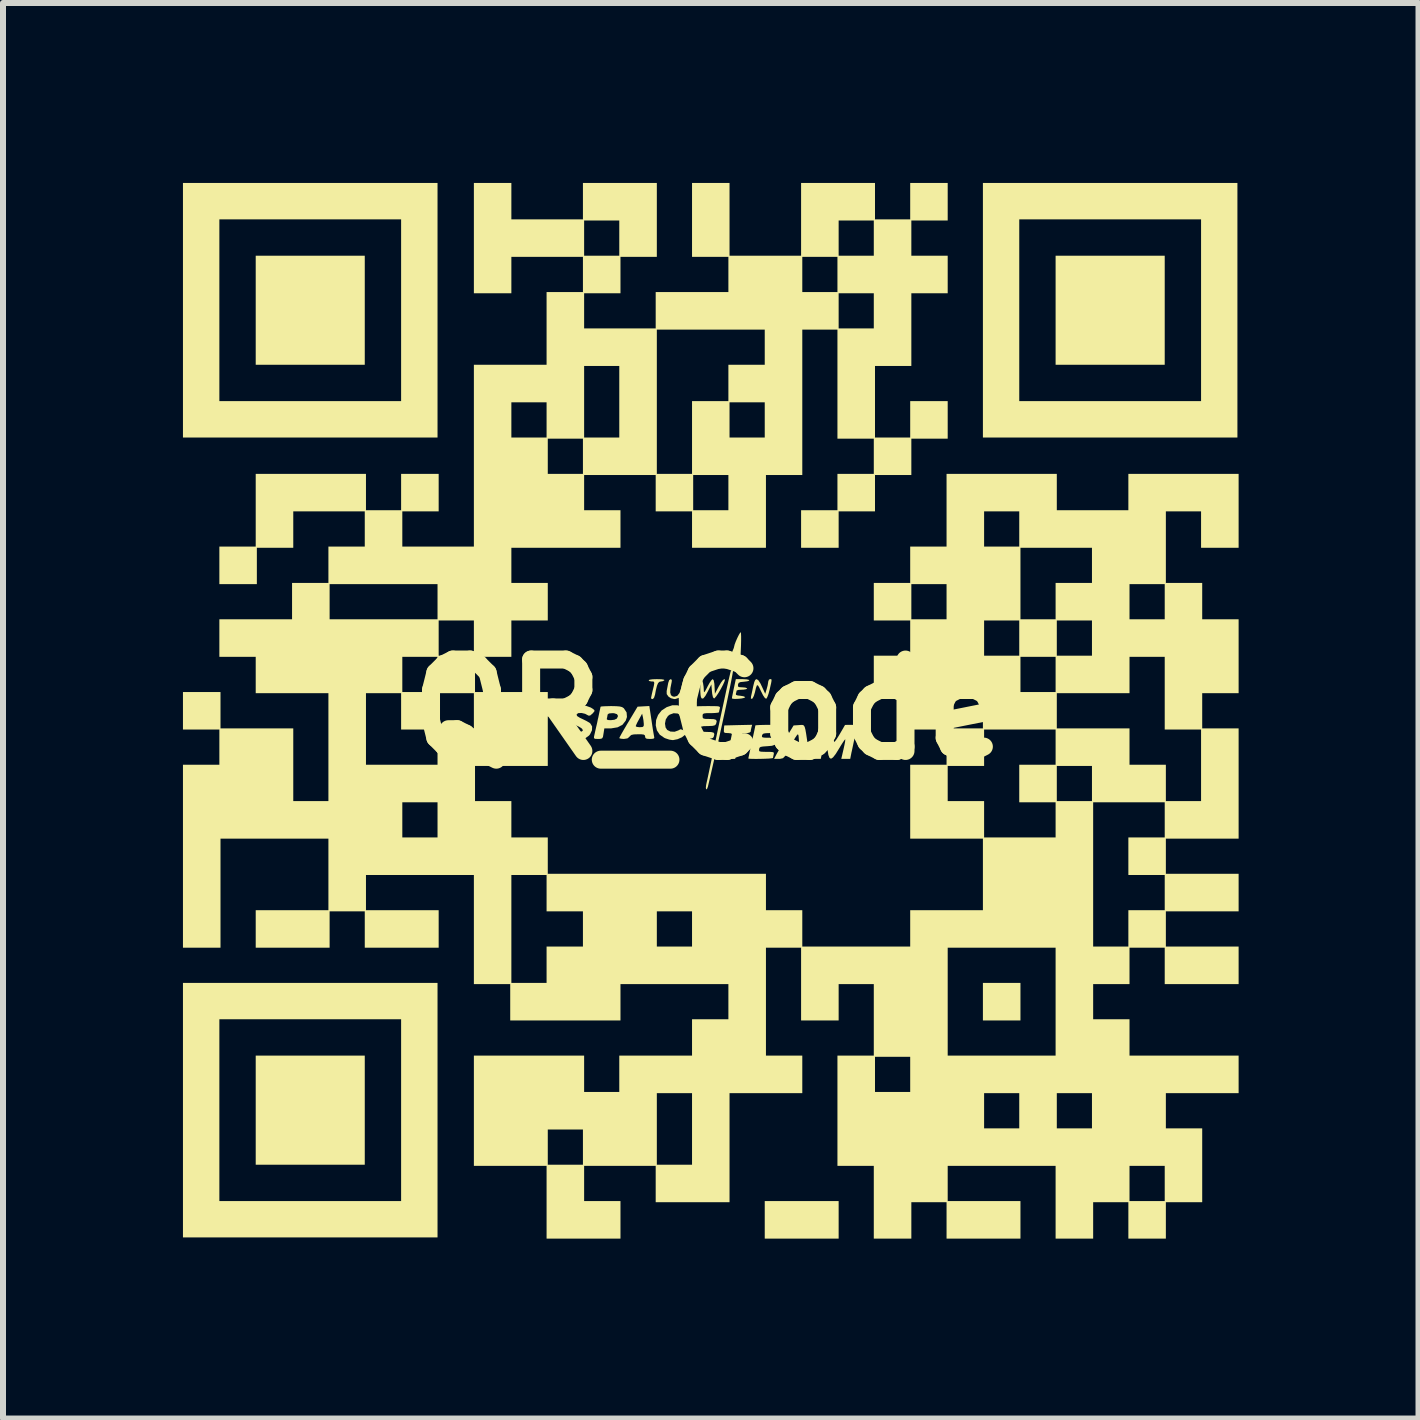
<source format=kicad_pcb>
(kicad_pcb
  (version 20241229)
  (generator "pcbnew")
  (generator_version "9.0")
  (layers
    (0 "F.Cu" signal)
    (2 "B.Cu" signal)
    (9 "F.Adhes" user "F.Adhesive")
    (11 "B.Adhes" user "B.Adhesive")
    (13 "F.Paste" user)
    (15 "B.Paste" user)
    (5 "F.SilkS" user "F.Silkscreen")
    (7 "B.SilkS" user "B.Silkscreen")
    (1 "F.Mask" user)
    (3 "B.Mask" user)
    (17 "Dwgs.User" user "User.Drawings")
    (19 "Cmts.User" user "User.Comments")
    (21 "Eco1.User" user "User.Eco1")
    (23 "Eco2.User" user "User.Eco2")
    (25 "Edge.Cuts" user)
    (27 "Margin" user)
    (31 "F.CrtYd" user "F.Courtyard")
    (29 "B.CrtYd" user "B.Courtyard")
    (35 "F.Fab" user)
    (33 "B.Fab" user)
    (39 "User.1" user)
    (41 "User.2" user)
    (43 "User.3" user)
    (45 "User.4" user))
  (footprint "QR_Code"
    (layer "F.Cu")
    (at 8.78 8.78)
    (property "Reference" "QR_Code" (at 0 0 0) (layer "F.SilkS") (effects (font (size 1.524 1.524) (thickness 0.3))))
    (attr board_only exclude_from_pos_files exclude_from_bom)
    (fp_poly (pts (xy -5.749 -5.749) (xy -7.567 -5.749) (xy -7.567 -7.567) (xy -5.749 -7.567)) (stroke (width 0) (type solid)) (fill yes) (layer "F.SilkS"))
    (fp_poly (pts (xy -5.749 7.587) (xy -7.567 7.587) (xy -7.567 5.768) (xy -5.749 5.768)) (stroke (width 0) (type solid)) (fill yes) (layer "F.SilkS"))
    (fp_poly (pts (xy 2.151 8.819) (xy 0.919 8.819) (xy 0.919 8.193) (xy 2.151 8.193)) (stroke (width 0) (type solid)) (fill yes) (layer "F.SilkS"))
    (fp_poly (pts (xy 5.182 5.182) (xy 4.556 5.182) (xy 4.556 4.556) (xy 5.182 4.556)) (stroke (width 0) (type solid)) (fill yes) (layer "F.SilkS"))
    (fp_poly (pts (xy 7.587 -5.749) (xy 5.768 -5.749) (xy 5.768 -7.567) (xy 7.587 -7.567)) (stroke (width 0) (type solid)) (fill yes) (layer "F.SilkS"))
    (fp_poly (pts (xy -4.536 -4.536) (xy -8.78 -4.536) (xy -8.78 -5.143) (xy -8.173 -5.143) (xy -5.143 -5.143) (xy -5.143 -8.173) (xy -8.173 -8.173) (xy -8.173 -5.143) (xy -8.78 -5.143) (xy -8.78 -8.78) (xy -4.536 -8.78)) (stroke (width 0) (type solid)) (fill yes) (layer "F.SilkS"))
    (fp_poly (pts (xy -4.536 8.799) (xy -8.78 8.799) (xy -8.78 8.193) (xy -8.173 8.193) (xy -5.143 8.193) (xy -5.143 5.162) (xy -8.173 5.162) (xy -8.173 8.193) (xy -8.78 8.193) (xy -8.78 4.556) (xy -4.536 4.556)) (stroke (width 0) (type solid)) (fill yes) (layer "F.SilkS"))
    (fp_poly (pts (xy 8.799 -4.536) (xy 4.556 -4.536) (xy 4.556 -5.143) (xy 5.162 -5.143) (xy 8.193 -5.143) (xy 8.193 -8.173) (xy 5.162 -8.173) (xy 5.162 -5.143) (xy 4.556 -5.143) (xy 4.556 -8.78) (xy 8.799 -8.78)) (stroke (width 0) (type solid)) (fill yes) (layer "F.SilkS"))
    (fp_poly (pts (xy -0.803 -0.506) (xy -0.761 -0.499) (xy -0.753 -0.489) (xy -0.78 -0.474) (xy -0.812 -0.469) (xy -0.839 -0.463) (xy -0.86 -0.441) (xy -0.878 -0.397) (xy -0.896 -0.325) (xy -0.91 -0.249) (xy -0.926 -0.199) (xy -0.947 -0.176) (xy -0.951 -0.176) (xy -0.975 -0.184) (xy -0.977 -0.191) (xy -0.972 -0.216) (xy -0.961 -0.268) (xy -0.948 -0.323) (xy -0.93 -0.396) (xy -0.923 -0.44) (xy -0.926 -0.462) (xy -0.941 -0.469) (xy -0.968 -0.469) (xy -1.005 -0.476) (xy -1.017 -0.489) (xy -0.999 -0.499) (xy -0.95 -0.506) (xy -0.88 -0.508) (xy -0.879 -0.508)) (stroke (width 0) (type solid)) (fill yes) (layer "F.SilkS"))
    (fp_poly (pts (xy -0.397 -0.494) (xy -0.398 -0.474) (xy -0.407 -0.436) (xy -0.421 -0.376) (xy -0.43 -0.337) (xy -0.461 -0.251) (xy -0.506 -0.198) (xy -0.571 -0.177) (xy -0.591 -0.176) (xy -0.645 -0.19) (xy -0.686 -0.217) (xy -0.715 -0.259) (xy -0.716 -0.31) (xy -0.714 -0.32) (xy -0.701 -0.387) (xy -0.69 -0.445) (xy -0.674 -0.491) (xy -0.65 -0.508) (xy -0.63 -0.496) (xy -0.632 -0.464) (xy -0.653 -0.359) (xy -0.657 -0.285) (xy -0.644 -0.24) (xy -0.612 -0.218) (xy -0.586 -0.215) (xy -0.539 -0.23) (xy -0.502 -0.277) (xy -0.475 -0.359) (xy -0.468 -0.392) (xy -0.448 -0.468) (xy -0.427 -0.505) (xy -0.417 -0.508)) (stroke (width 0) (type solid)) (fill yes) (layer "F.SilkS"))
    (fp_poly (pts (xy 0.523 -1.272) (xy 0.525 -1.223) (xy 0.525 -1.151) (xy 0.523 -1.064) (xy 0.519 -0.971) (xy 0.515 -0.879) (xy 0.51 -0.796) (xy 0.504 -0.73) (xy 0.498 -0.69) (xy 0.494 -0.682) (xy 0.472 -0.684) (xy 0.44 -0.714) (xy 0.438 -0.717) (xy 0.41 -0.751) (xy 0.387 -0.757) (xy 0.352 -0.738) (xy 0.346 -0.734) (xy 0.31 -0.712) (xy 0.296 -0.714) (xy 0.293 -0.742) (xy 0.293 -0.746) (xy 0.302 -0.788) (xy 0.324 -0.849) (xy 0.351 -0.91) (xy 0.381 -0.974) (xy 0.403 -1.027) (xy 0.41 -1.056) (xy 0.418 -1.088) (xy 0.437 -1.138) (xy 0.462 -1.195) (xy 0.488 -1.247) (xy 0.509 -1.282) (xy 0.518 -1.291)) (stroke (width 0) (type solid)) (fill yes) (layer "F.SilkS"))
    (fp_poly (pts (xy 0.697 0.298) (xy 0.687 0.343) (xy 0.685 0.366) (xy 0.667 0.382) (xy 0.621 0.393) (xy 0.602 0.395) (xy 0.569 0.397) (xy 0.545 0.402) (xy 0.527 0.415) (xy 0.513 0.442) (xy 0.499 0.49) (xy 0.482 0.564) (xy 0.459 0.67) (xy 0.426 0.821) (xy 0.36 0.821) (xy 0.313 0.816) (xy 0.295 0.797) (xy 0.294 0.787) (xy 0.298 0.753) (xy 0.31 0.692) (xy 0.326 0.616) (xy 0.332 0.587) (xy 0.35 0.51) (xy 0.363 0.449) (xy 0.37 0.412) (xy 0.371 0.406) (xy 0.354 0.396) (xy 0.312 0.391) (xy 0.302 0.391) (xy 0.256 0.388) (xy 0.238 0.374) (xy 0.238 0.335) (xy 0.238 0.328) (xy 0.244 0.264) (xy 0.477 0.258) (xy 0.709 0.253)) (stroke (width 0) (type solid)) (fill yes) (layer "F.SilkS"))
    (fp_poly (pts (xy 0.392 -0.672) (xy 0.391 -0.65) (xy 0.382 -0.594) (xy 0.366 -0.508) (xy 0.344 -0.396) (xy 0.316 -0.261) (xy 0.284 -0.107) (xy 0.248 0.061) (xy 0.209 0.24) (xy 0.168 0.426) (xy 0.126 0.614) (xy 0.083 0.802) (xy 0.041 0.985) (xy 0.001 1.159) (xy -0.029 1.286) (xy -0.044 1.324) (xy -0.057 1.329) (xy -0.063 1.304) (xy -0.058 1.257) (xy -0.058 1.256) (xy -0.051 1.222) (xy -0.036 1.155) (xy -0.015 1.057) (xy 0.011 0.933) (xy 0.042 0.788) (xy 0.076 0.626) (xy 0.113 0.45) (xy 0.146 0.293) (xy 0.185 0.111) (xy 0.222 -0.061) (xy 0.256 -0.218) (xy 0.286 -0.357) (xy 0.312 -0.473) (xy 0.333 -0.562) (xy 0.347 -0.621) (xy 0.354 -0.643) (xy 0.375 -0.674)) (stroke (width 0) (type solid)) (fill yes) (layer "F.SilkS"))
    (fp_poly (pts (xy 0.62 -0.504) (xy 0.657 -0.495) (xy 0.66 -0.483) (xy 0.627 -0.472) (xy 0.572 -0.465) (xy 0.514 -0.459) (xy 0.485 -0.446) (xy 0.474 -0.421) (xy 0.473 -0.416) (xy 0.473 -0.387) (xy 0.491 -0.375) (xy 0.537 -0.372) (xy 0.546 -0.372) (xy 0.596 -0.367) (xy 0.623 -0.357) (xy 0.626 -0.352) (xy 0.608 -0.34) (xy 0.564 -0.333) (xy 0.538 -0.332) (xy 0.485 -0.329) (xy 0.454 -0.32) (xy 0.45 -0.314) (xy 0.443 -0.281) (xy 0.438 -0.267) (xy 0.439 -0.247) (xy 0.467 -0.236) (xy 0.512 -0.231) (xy 0.562 -0.223) (xy 0.59 -0.211) (xy 0.592 -0.205) (xy 0.572 -0.194) (xy 0.529 -0.185) (xy 0.474 -0.18) (xy 0.42 -0.178) (xy 0.382 -0.182) (xy 0.372 -0.189) (xy 0.375 -0.214) (xy 0.386 -0.267) (xy 0.4 -0.338) (xy 0.404 -0.356) (xy 0.437 -0.508) (xy 0.551 -0.508)) (stroke (width 0) (type solid)) (fill yes) (layer "F.SilkS"))
    (fp_poly (pts (xy 1.023 -0.508) (xy 1.032 -0.501) (xy 1.032 -0.48) (xy 1.025 -0.439) (xy 1.009 -0.37) (xy 1.001 -0.334) (xy 0.982 -0.263) (xy 0.962 -0.209) (xy 0.945 -0.182) (xy 0.943 -0.181) (xy 0.922 -0.193) (xy 0.892 -0.237) (xy 0.857 -0.306) (xy 0.825 -0.373) (xy 0.804 -0.406) (xy 0.788 -0.403) (xy 0.773 -0.363) (xy 0.755 -0.287) (xy 0.755 -0.286) (xy 0.737 -0.228) (xy 0.717 -0.189) (xy 0.706 -0.18) (xy 0.688 -0.183) (xy 0.69 -0.215) (xy 0.69 -0.217) (xy 0.7 -0.261) (xy 0.714 -0.327) (xy 0.726 -0.386) (xy 0.744 -0.458) (xy 0.761 -0.496) (xy 0.783 -0.508) (xy 0.783 -0.508) (xy 0.812 -0.49) (xy 0.847 -0.436) (xy 0.871 -0.386) (xy 0.927 -0.264) (xy 0.951 -0.342) (xy 0.967 -0.403) (xy 0.976 -0.456) (xy 0.976 -0.464) (xy 0.989 -0.5) (xy 1.007 -0.508)) (stroke (width 0) (type solid)) (fill yes) (layer "F.SilkS"))
    (fp_poly (pts (xy -0.451 -0.047) (xy -0.397 -0.017) (xy -0.352 0.022) (xy -0.325 0.062) (xy -0.322 0.093) (xy -0.326 0.098) (xy -0.377 0.126) (xy -0.434 0.125) (xy -0.478 0.099) (xy -0.533 0.065) (xy -0.6 0.06) (xy -0.666 0.084) (xy -0.695 0.107) (xy -0.731 0.164) (xy -0.744 0.233) (xy -0.734 0.298) (xy -0.707 0.339) (xy -0.652 0.366) (xy -0.584 0.369) (xy -0.522 0.347) (xy -0.517 0.344) (xy -0.484 0.327) (xy -0.454 0.336) (xy -0.43 0.352) (xy -0.399 0.38) (xy -0.398 0.402) (xy -0.412 0.422) (xy -0.463 0.462) (xy -0.534 0.493) (xy -0.608 0.508) (xy -0.62 0.508) (xy -0.672 0.5) (xy -0.736 0.479) (xy -0.756 0.47) (xy -0.831 0.418) (xy -0.879 0.346) (xy -0.898 0.262) (xy -0.892 0.174) (xy -0.859 0.089) (xy -0.801 0.015) (xy -0.717 -0.04) (xy -0.716 -0.041) (xy -0.623 -0.072) (xy -0.536 -0.072)) (stroke (width 0) (type solid)) (fill yes) (layer "F.SilkS"))
    (fp_poly (pts (xy 0.256 -0.499) (xy 0.248 -0.469) (xy 0.223 -0.413) (xy 0.188 -0.347) (xy 0.147 -0.277) (xy 0.11 -0.222) (xy 0.083 -0.191) (xy 0.074 -0.186) (xy 0.056 -0.205) (xy 0.043 -0.263) (xy 0.039 -0.303) (xy 0.029 -0.42) (xy -0.029 -0.304) (xy -0.071 -0.228) (xy -0.104 -0.188) (xy -0.128 -0.183) (xy -0.144 -0.206) (xy -0.151 -0.243) (xy -0.155 -0.301) (xy -0.156 -0.367) (xy -0.154 -0.431) (xy -0.149 -0.482) (xy -0.142 -0.507) (xy -0.139 -0.508) (xy -0.124 -0.491) (xy -0.11 -0.444) (xy -0.1 -0.38) (xy -0.097 -0.325) (xy -0.095 -0.296) (xy -0.088 -0.291) (xy -0.072 -0.313) (xy -0.044 -0.365) (xy -0.034 -0.386) (xy 0.000092 -0.447) (xy 0.031 -0.491) (xy 0.051 -0.508) (xy 0.052 -0.508) (xy 0.068 -0.489) (xy 0.079 -0.432) (xy 0.082 -0.386) (xy 0.088 -0.264) (xy 0.152 -0.386) (xy 0.189 -0.449) (xy 0.222 -0.493) (xy 0.246 -0.508)) (stroke (width 0) (type solid)) (fill yes) (layer "F.SilkS"))
    (fp_poly (pts (xy -0.97 0.17) (xy -0.956 0.265) (xy -0.943 0.349) (xy -0.932 0.412) (xy -0.926 0.445) (xy -0.922 0.473) (xy -0.938 0.485) (xy -0.981 0.489) (xy -0.995 0.489) (xy -1.047 0.486) (xy -1.07 0.473) (xy -1.075 0.45) (xy -1.08 0.428) (xy -1.099 0.416) (xy -1.141 0.411) (xy -1.193 0.411) (xy -1.262 0.413) (xy -1.304 0.422) (xy -1.329 0.442) (xy -1.334 0.45) (xy -1.37 0.48) (xy -1.43 0.489) (xy -1.432 0.489) (xy -1.479 0.485) (xy -1.504 0.477) (xy -1.506 0.474) (xy -1.496 0.453) (xy -1.47 0.405) (xy -1.43 0.335) (xy -1.395 0.276) (xy -1.232 0.276) (xy -1.215 0.288) (xy -1.172 0.293) (xy -1.163 0.293) (xy -1.118 0.29) (xy -1.099 0.274) (xy -1.097 0.24) (xy -1.103 0.178) (xy -1.112 0.127) (xy -1.125 0.068) (xy -1.178 0.164) (xy -1.208 0.219) (xy -1.227 0.261) (xy -1.232 0.276) (xy -1.395 0.276) (xy -1.381 0.251) (xy -1.353 0.205) (xy -1.201 -0.049) (xy -1.005 -0.06)) (stroke (width 0) (type solid)) (fill yes) (layer "F.SilkS"))
    (fp_poly (pts (xy -1.555 -0.057) (xy -1.497 -0.052) (xy -1.459 -0.042) (xy -1.433 -0.025) (xy -1.428 -0.02) (xy -1.384 0.047) (xy -1.378 0.123) (xy -1.398 0.183) (xy -1.452 0.252) (xy -1.534 0.295) (xy -1.642 0.313) (xy -1.658 0.313) (xy -1.755 0.313) (xy -1.769 0.401) (xy -1.778 0.455) (xy -1.793 0.48) (xy -1.824 0.488) (xy -1.859 0.489) (xy -1.908 0.487) (xy -1.928 0.476) (xy -1.927 0.45) (xy -1.926 0.445) (xy -1.912 0.382) (xy -1.894 0.302) (xy -1.874 0.215) (xy -1.864 0.165) (xy -1.713 0.165) (xy -1.689 0.174) (xy -1.647 0.176) (xy -1.587 0.169) (xy -1.548 0.15) (xy -1.545 0.147) (xy -1.527 0.106) (xy -1.544 0.076) (xy -1.593 0.06) (xy -1.622 0.059) (xy -1.678 0.064) (xy -1.7 0.081) (xy -1.701 0.086) (xy -1.708 0.129) (xy -1.713 0.145) (xy -1.713 0.165) (xy -1.864 0.165) (xy -1.855 0.128) (xy -1.839 0.05) (xy -1.826 -0.01) (xy -1.819 -0.044) (xy -1.818 -0.048) (xy -1.8 -0.053) (xy -1.752 -0.056) (xy -1.682 -0.058) (xy -1.642 -0.059)) (stroke (width 0) (type solid)) (fill yes) (layer "F.SilkS"))
    (fp_poly (pts (xy -2.068 -0.066) (xy -1.982 -0.035) (xy -1.945 -0.012) (xy -1.921 0.009) (xy -1.92 0.027) (xy -1.945 0.058) (xy -1.954 0.067) (xy -1.992 0.099) (xy -2.02 0.1) (xy -2.025 0.097) (xy -2.075 0.07) (xy -2.134 0.056) (xy -2.186 0.058) (xy -2.197 0.062) (xy -2.219 0.084) (xy -2.208 0.108) (xy -2.162 0.137) (xy -2.115 0.159) (xy -2.054 0.189) (xy -2.004 0.218) (xy -1.99 0.229) (xy -1.959 0.28) (xy -1.961 0.344) (xy -1.993 0.411) (xy -2.01 0.432) (xy -2.08 0.483) (xy -2.169 0.505) (xy -2.267 0.497) (xy -2.339 0.472) (xy -2.404 0.437) (xy -2.433 0.406) (xy -2.431 0.375) (xy -2.408 0.346) (xy -2.377 0.319) (xy -2.351 0.316) (xy -2.312 0.336) (xy -2.309 0.338) (xy -2.249 0.362) (xy -2.182 0.372) (xy -2.182 0.372) (xy -2.129 0.364) (xy -2.112 0.345) (xy -2.128 0.317) (xy -2.177 0.285) (xy -2.205 0.272) (xy -2.286 0.232) (xy -2.336 0.193) (xy -2.361 0.149) (xy -2.366 0.104) (xy -2.349 0.034) (xy -2.303 -0.02) (xy -2.236 -0.056) (xy -2.155 -0.072)) (stroke (width 0) (type solid)) (fill yes) (layer "F.SilkS"))
    (fp_poly (pts (xy 1.552 0.256) (xy 1.571 0.265) (xy 1.585 0.289) (xy 1.597 0.333) (xy 1.609 0.402) (xy 1.624 0.502) (xy 1.632 0.552) (xy 1.649 0.659) (xy 1.658 0.733) (xy 1.66 0.78) (xy 1.654 0.806) (xy 1.638 0.818) (xy 1.612 0.821) (xy 1.596 0.821) (xy 1.546 0.814) (xy 1.522 0.79) (xy 1.52 0.782) (xy 1.508 0.76) (xy 1.484 0.748) (xy 1.435 0.744) (xy 1.391 0.743) (xy 1.322 0.745) (xy 1.281 0.754) (xy 1.258 0.772) (xy 1.251 0.782) (xy 1.223 0.81) (xy 1.173 0.821) (xy 1.153 0.821) (xy 1.075 0.821) (xy 1.113 0.748) (xy 1.139 0.702) (xy 1.179 0.632) (xy 1.194 0.606) (xy 1.349 0.606) (xy 1.43 0.606) (xy 1.48 0.603) (xy 1.5 0.593) (xy 1.498 0.575) (xy 1.49 0.535) (xy 1.486 0.479) (xy 1.486 0.477) (xy 1.482 0.433) (xy 1.473 0.411) (xy 1.471 0.411) (xy 1.455 0.427) (xy 1.427 0.468) (xy 1.403 0.509) (xy 1.349 0.606) (xy 1.194 0.606) (xy 1.228 0.549) (xy 1.276 0.469) (xy 1.4 0.264) (xy 1.49 0.258) (xy 1.526 0.255)) (stroke (width 0) (type solid)) (fill yes) (layer "F.SilkS"))
    (fp_poly (pts (xy 2.418 0.256) (xy 2.456 0.26) (xy 2.464 0.263) (xy 2.46 0.285) (xy 2.449 0.336) (xy 2.433 0.406) (xy 2.426 0.434) (xy 2.405 0.528) (xy 2.385 0.623) (xy 2.368 0.702) (xy 2.366 0.709) (xy 2.344 0.821) (xy 2.195 0.821) (xy 2.232 0.662) (xy 2.248 0.588) (xy 2.259 0.531) (xy 2.262 0.498) (xy 2.261 0.495) (xy 2.249 0.507) (xy 2.222 0.546) (xy 2.184 0.606) (xy 2.16 0.646) (xy 2.102 0.74) (xy 2.057 0.797) (xy 2.024 0.819) (xy 1.999 0.805) (xy 1.98 0.756) (xy 1.966 0.671) (xy 1.964 0.656) (xy 1.953 0.572) (xy 1.941 0.526) (xy 1.928 0.519) (xy 1.913 0.552) (xy 1.894 0.623) (xy 1.888 0.654) (xy 1.853 0.821) (xy 1.706 0.821) (xy 1.753 0.601) (xy 1.779 0.48) (xy 1.799 0.392) (xy 1.814 0.331) (xy 1.829 0.294) (xy 1.845 0.273) (xy 1.865 0.265) (xy 1.892 0.263) (xy 1.927 0.264) (xy 2.024 0.264) (xy 2.046 0.397) (xy 2.058 0.464) (xy 2.069 0.516) (xy 2.077 0.539) (xy 2.077 0.539) (xy 2.091 0.528) (xy 2.119 0.49) (xy 2.155 0.432) (xy 2.173 0.402) (xy 2.258 0.255) (xy 2.361 0.254)) (stroke (width 0) (type solid)) (fill yes) (layer "F.SilkS"))
    (fp_poly (pts (xy 1.067 0.255) (xy 1.131 0.261) (xy 1.166 0.273) (xy 1.176 0.294) (xy 1.166 0.327) (xy 1.153 0.353) (xy 1.135 0.375) (xy 1.102 0.386) (xy 1.046 0.391) (xy 1.009 0.391) (xy 0.94 0.393) (xy 0.9 0.399) (xy 0.881 0.414) (xy 0.874 0.43) (xy 0.872 0.451) (xy 0.884 0.463) (xy 0.919 0.468) (xy 0.985 0.469) (xy 0.989 0.469) (xy 1.057 0.47) (xy 1.095 0.476) (xy 1.111 0.488) (xy 1.114 0.511) (xy 1.114 0.513) (xy 1.108 0.559) (xy 1.086 0.587) (xy 1.039 0.603) (xy 0.962 0.61) (xy 0.958 0.61) (xy 0.889 0.615) (xy 0.85 0.622) (xy 0.831 0.637) (xy 0.825 0.66) (xy 0.824 0.683) (xy 0.835 0.697) (xy 0.867 0.702) (xy 0.928 0.704) (xy 0.949 0.704) (xy 1.019 0.705) (xy 1.057 0.709) (xy 1.071 0.719) (xy 1.07 0.739) (xy 1.068 0.748) (xy 1.059 0.789) (xy 1.056 0.807) (xy 1.038 0.811) (xy 0.991 0.816) (xy 0.924 0.819) (xy 0.848 0.821) (xy 0.773 0.822) (xy 0.707 0.821) (xy 0.661 0.819) (xy 0.645 0.815) (xy 0.649 0.795) (xy 0.66 0.744) (xy 0.676 0.668) (xy 0.696 0.576) (xy 0.704 0.541) (xy 0.725 0.444) (xy 0.743 0.361) (xy 0.756 0.299) (xy 0.762 0.267) (xy 0.763 0.263) (xy 0.781 0.26) (xy 0.83 0.257) (xy 0.902 0.255) (xy 0.968 0.254)) (stroke (width 0) (type solid)) (fill yes) (layer "F.SilkS"))
    (fp_poly (pts (xy 0.065 -0.058) (xy 0.124 -0.057) (xy 0.157 -0.052) (xy 0.171 -0.042) (xy 0.172 -0.027) (xy 0.169 -0.015) (xy 0.159 0.026) (xy 0.157 0.044) (xy 0.139 0.051) (xy 0.091 0.056) (xy 0.025 0.059) (xy 0.02 0.059) (xy -0.052 0.059) (xy -0.093 0.064) (xy -0.112 0.074) (xy -0.117 0.095) (xy -0.117 0.108) (xy -0.115 0.135) (xy -0.101 0.149) (xy -0.067 0.155) (xy -0.004 0.156) (xy 0 0.156) (xy 0.071 0.159) (xy 0.108 0.171) (xy 0.118 0.196) (xy 0.107 0.239) (xy 0.105 0.243) (xy 0.088 0.261) (xy 0.049 0.271) (xy -0.02 0.274) (xy -0.029 0.274) (xy -0.102 0.276) (xy -0.144 0.285) (xy -0.163 0.302) (xy -0.164 0.305) (xy -0.173 0.339) (xy -0.164 0.359) (xy -0.13 0.369) (xy -0.065 0.371) (xy -0.049 0.372) (xy 0.025 0.374) (xy 0.066 0.384) (xy 0.079 0.406) (xy 0.071 0.445) (xy 0.066 0.458) (xy 0.054 0.472) (xy 0.027 0.481) (xy -0.023 0.487) (xy -0.101 0.489) (xy -0.149 0.489) (xy -0.24 0.489) (xy -0.298 0.487) (xy -0.331 0.482) (xy -0.344 0.472) (xy -0.345 0.456) (xy -0.342 0.445) (xy -0.332 0.401) (xy -0.317 0.334) (xy -0.3 0.253) (xy -0.281 0.168) (xy -0.263 0.086) (xy -0.248 0.016) (xy -0.238 -0.033) (xy -0.235 -0.052) (xy -0.216 -0.055) (xy -0.167 -0.057) (xy -0.095 -0.058) (xy -0.027 -0.059)) (stroke (width 0) (type solid)) (fill yes) (layer "F.SilkS"))
    (fp_poly (pts (xy -3.305 -8.173) (xy -2.112 -8.173) (xy -2.112 -8.78) (xy -0.88 -8.78) (xy -0.88 -7.548) (xy -1.486 -7.548) (xy -1.486 -6.941) (xy -2.092 -6.941) (xy -2.092 -6.355) (xy -0.899 -6.355) (xy 2.151 -6.355) (xy 2.737 -6.355) (xy 2.737 -6.941) (xy 2.151 -6.941) (xy 2.151 -6.355) (xy -0.899 -6.355) (xy -0.899 -6.961) (xy 0.313 -6.961) (xy 1.545 -6.961) (xy 2.131 -6.961) (xy 2.131 -7.548) (xy 1.545 -7.548) (xy 1.545 -6.961) (xy 0.313 -6.961) (xy 0.313 -7.548) (xy -0.293 -7.548) (xy -0.293 -8.78) (xy 0.332 -8.78) (xy 0.332 -7.567) (xy 1.525 -7.567) (xy 2.151 -7.567) (xy 2.737 -7.567) (xy 2.737 -8.154) (xy 2.151 -8.154) (xy 2.151 -7.567) (xy 1.525 -7.567) (xy 1.525 -8.78) (xy 2.757 -8.78) (xy 2.757 -8.173) (xy 3.344 -8.173) (xy 3.344 -8.78) (xy 3.969 -8.78) (xy 3.969 -8.154) (xy 3.363 -8.154) (xy 3.363 -7.567) (xy 3.969 -7.567) (xy 3.969 -6.941) (xy 3.363 -6.941) (xy 3.363 -5.729) (xy 2.757 -5.729) (xy 2.757 -4.536) (xy 3.344 -4.536) (xy 3.344 -5.143) (xy 3.969 -5.143) (xy 3.969 -4.517) (xy 3.363 -4.517) (xy 3.363 -3.911) (xy 2.757 -3.911) (xy 2.757 -3.305) (xy 2.151 -3.305) (xy 2.151 -2.698) (xy 1.525 -2.698) (xy 1.525 -3.324) (xy 2.131 -3.324) (xy 2.131 -3.93) (xy 2.737 -3.93) (xy 2.737 -4.517) (xy 2.131 -4.517) (xy 2.131 -6.335) (xy 1.545 -6.335) (xy 1.545 -3.911) (xy 0.939 -3.911) (xy 0.939 -2.698) (xy -0.293 -2.698) (xy -0.293 -3.305) (xy -0.899 -3.305) (xy -0.899 -3.324) (xy -0.274 -3.324) (xy 0.313 -3.324) (xy 0.313 -3.911) (xy -0.274 -3.911) (xy -0.274 -3.324) (xy -0.899 -3.324) (xy -0.899 -3.911) (xy -2.092 -3.911) (xy -2.092 -3.324) (xy -1.486 -3.324) (xy -1.486 -2.698) (xy -3.305 -2.698) (xy -3.305 -2.112) (xy -2.698 -2.112) (xy -2.698 -1.486) (xy -3.305 -1.486) (xy -3.305 -0.88) (xy -3.911 -0.88) (xy -3.911 -0.293) (xy -2.698 -0.293) (xy -2.698 0.939) (xy -3.911 0.939) (xy -3.911 1.525) (xy -3.305 1.525) (xy -3.305 2.131) (xy -2.698 2.131) (xy -2.698 2.737) (xy 0.939 2.737) (xy 0.939 3.344) (xy 1.545 3.344) (xy 1.545 3.95) (xy 3.344 3.95) (xy 6.394 3.95) (xy 6.981 3.95) (xy 6.981 3.344) (xy 7.587 3.344) (xy 7.587 2.757) (xy 6.981 2.757) (xy 6.981 2.131) (xy 7.587 2.131) (xy 7.587 1.545) (xy 6.394 1.545) (xy 6.394 3.95) (xy 3.344 3.95) (xy 3.344 3.344) (xy 4.556 3.344) (xy 4.556 2.151) (xy 3.344 2.151) (xy 3.344 1.525) (xy 3.969 1.525) (xy 4.576 1.525) (xy 4.576 2.131) (xy 5.768 2.131) (xy 5.768 1.545) (xy 5.162 1.545) (xy 5.162 1.525) (xy 5.788 1.525) (xy 6.374 1.525) (xy 6.374 0.939) (xy 5.788 0.939) (xy 5.788 1.525) (xy 5.162 1.525) (xy 5.162 0.919) (xy 5.768 0.919) (xy 5.768 0.332) (xy 4.576 0.332) (xy 4.576 0.939) (xy 3.969 0.939) (xy 3.969 1.525) (xy 3.344 1.525) (xy 3.344 0.919) (xy 3.95 0.919) (xy 3.95 0.332) (xy 3.344 0.332) (xy 3.344 0.313) (xy 3.969 0.313) (xy 4.556 0.313) (xy 5.788 0.313) (xy 7 0.313) (xy 7 0.919) (xy 7.606 0.919) (xy 7.606 1.525) (xy 8.193 1.525) (xy 8.193 0.332) (xy 7.587 0.332) (xy 7.587 -0.88) (xy 7 -0.88) (xy 7 -0.274) (xy 5.788 -0.274) (xy 5.788 0.313) (xy 4.556 0.313) (xy 4.556 -0.274) (xy 3.969 -0.274) (xy 3.969 0.313) (xy 3.344 0.313) (xy 3.344 -0.274) (xy 2.737 -0.274) (xy 2.737 -0.293) (xy 5.182 -0.293) (xy 5.768 -0.293) (xy 5.768 -0.88) (xy 5.182 -0.88) (xy 5.182 -0.293) (xy 2.737 -0.293) (xy 2.737 -0.899) (xy 3.344 -0.899) (xy 4.576 -0.899) (xy 5.162 -0.899) (xy 5.788 -0.899) (xy 6.374 -0.899) (xy 6.374 -1.486) (xy 5.788 -1.486) (xy 5.788 -0.899) (xy 5.162 -0.899) (xy 5.162 -1.486) (xy 4.576 -1.486) (xy 4.576 -0.899) (xy 3.344 -0.899) (xy 3.344 -1.486) (xy 2.737 -1.486) (xy 2.737 -1.506) (xy 3.363 -1.506) (xy 3.95 -1.506) (xy 5.182 -1.506) (xy 5.768 -1.506) (xy 7 -1.506) (xy 7.587 -1.506) (xy 7.587 -2.092) (xy 7 -2.092) (xy 7 -1.506) (xy 5.768 -1.506) (xy 5.768 -2.112) (xy 6.374 -2.112) (xy 6.374 -2.698) (xy 5.182 -2.698) (xy 5.182 -1.506) (xy 3.95 -1.506) (xy 3.95 -2.092) (xy 3.363 -2.092) (xy 3.363 -1.506) (xy 2.737 -1.506) (xy 2.737 -2.112) (xy 3.344 -2.112) (xy 3.344 -2.718) (xy 3.95 -2.718) (xy 4.576 -2.718) (xy 5.162 -2.718) (xy 5.162 -3.305) (xy 4.576 -3.305) (xy 4.576 -2.718) (xy 3.95 -2.718) (xy 3.95 -3.93) (xy 5.788 -3.93) (xy 5.788 -3.324) (xy 6.981 -3.324) (xy 6.981 -3.93) (xy 8.819 -3.93) (xy 8.819 -2.698) (xy 8.193 -2.698) (xy 8.193 -3.305) (xy 7.606 -3.305) (xy 7.606 -2.112) (xy 8.212 -2.112) (xy 8.212 -1.506) (xy 8.819 -1.506) (xy 8.819 -0.274) (xy 8.212 -0.274) (xy 8.212 0.313) (xy 8.819 0.313) (xy 8.819 2.151) (xy 7.606 2.151) (xy 7.606 2.737) (xy 8.819 2.737) (xy 8.819 3.363) (xy 7.606 3.363) (xy 7.606 3.95) (xy 8.819 3.95) (xy 8.819 4.576) (xy 7.587 4.576) (xy 7.587 3.969) (xy 7 3.969) (xy 7 4.576) (xy 6.394 4.576) (xy 6.394 5.162) (xy 7 5.162) (xy 7 5.768) (xy 8.819 5.768) (xy 8.819 6.394) (xy 7.606 6.394) (xy 7.606 6.981) (xy 8.212 6.981) (xy 8.212 8.212) (xy 7.606 8.212) (xy 7.606 8.819) (xy 6.981 8.819) (xy 6.981 8.212) (xy 6.394 8.212) (xy 6.394 8.819) (xy 5.768 8.819) (xy 5.768 8.193) (xy 7 8.193) (xy 7.587 8.193) (xy 7.587 7.606) (xy 7 7.606) (xy 7 8.193) (xy 5.768 8.193) (xy 5.768 7.606) (xy 3.969 7.606) (xy 3.969 8.193) (xy 5.182 8.193) (xy 5.182 8.819) (xy 3.95 8.819) (xy 3.95 8.212) (xy 3.363 8.212) (xy 3.363 8.819) (xy 2.737 8.819) (xy 2.737 7.606) (xy 2.131 7.606) (xy 2.131 6.981) (xy 4.576 6.981) (xy 5.162 6.981) (xy 5.788 6.981) (xy 6.374 6.981) (xy 6.374 6.394) (xy 5.788 6.394) (xy 5.788 6.981) (xy 5.162 6.981) (xy 5.162 6.394) (xy 4.576 6.394) (xy 4.576 6.981) (xy 2.131 6.981) (xy 2.131 6.374) (xy 2.757 6.374) (xy 3.344 6.374) (xy 3.344 5.788) (xy 2.757 5.788) (xy 2.757 6.374) (xy 2.131 6.374) (xy 2.131 5.768) (xy 2.737 5.768) (xy 3.969 5.768) (xy 5.768 5.768) (xy 5.768 3.969) (xy 3.969 3.969) (xy 3.969 5.768) (xy 2.737 5.768) (xy 2.737 4.576) (xy 2.151 4.576) (xy 2.151 5.182) (xy 1.525 5.182) (xy 1.525 3.969) (xy 0.939 3.969) (xy 0.939 5.768) (xy 1.545 5.768) (xy 1.545 6.394) (xy 0.332 6.394) (xy 0.332 8.212) (xy -0.899 8.212) (xy -0.899 7.606) (xy -2.092 7.606) (xy -2.092 8.193) (xy -1.486 8.193) (xy -1.486 8.819) (xy -2.718 8.819) (xy -2.718 7.606) (xy -3.93 7.606) (xy -3.93 7.587) (xy -2.698 7.587) (xy -2.112 7.587) (xy -0.88 7.587) (xy -0.293 7.587) (xy -0.293 6.394) (xy -0.88 6.394) (xy -0.88 7.587) (xy -2.112 7.587) (xy -2.112 7) (xy -2.698 7) (xy -2.698 7.587) (xy -3.93 7.587) (xy -3.93 5.768) (xy -2.092 5.768) (xy -2.092 6.374) (xy -1.506 6.374) (xy -1.506 5.768) (xy -0.293 5.768) (xy -0.293 5.162) (xy 0.313 5.162) (xy 0.313 4.576) (xy -1.486 4.576) (xy -1.486 5.182) (xy -3.324 5.182) (xy -3.324 4.576) (xy -3.93 4.576) (xy -3.93 4.556) (xy -3.305 4.556) (xy -2.718 4.556) (xy -2.718 3.95) (xy -2.112 3.95) (xy -0.88 3.95) (xy -0.293 3.95) (xy -0.293 3.363) (xy -0.88 3.363) (xy -0.88 3.95) (xy -2.112 3.95) (xy -2.112 3.363) (xy -2.718 3.363) (xy -2.718 2.757) (xy -3.305 2.757) (xy -3.305 4.556) (xy -3.93 4.556) (xy -3.93 2.757) (xy -5.729 2.757) (xy -5.729 3.344) (xy -4.517 3.344) (xy -4.517 3.969) (xy -5.749 3.969) (xy -5.749 3.363) (xy -6.335 3.363) (xy -6.335 3.969) (xy -7.567 3.969) (xy -7.567 3.344) (xy -6.355 3.344) (xy -6.355 2.151) (xy -8.154 2.151) (xy -8.154 3.969) (xy -8.78 3.969) (xy -8.78 2.131) (xy -5.123 2.131) (xy -4.536 2.131) (xy -4.536 1.545) (xy -5.123 1.545) (xy -5.123 2.131) (xy -8.78 2.131) (xy -8.78 0.919) (xy -8.173 0.919) (xy -8.173 0.332) (xy -8.78 0.332) (xy -8.78 -0.293) (xy -8.154 -0.293) (xy -8.154 0.313) (xy -6.941 0.313) (xy -6.941 1.525) (xy -6.355 1.525) (xy -6.355 0.919) (xy -5.729 0.919) (xy -4.536 0.919) (xy -4.536 0.332) (xy -5.143 0.332) (xy -5.143 0.313) (xy -4.517 0.313) (xy -3.93 0.313) (xy -3.93 -0.274) (xy -4.517 -0.274) (xy -4.517 0.313) (xy -5.143 0.313) (xy -5.143 -0.274) (xy -5.729 -0.274) (xy -5.729 0.919) (xy -6.355 0.919) (xy -6.355 -0.274) (xy -7.567 -0.274) (xy -7.567 -0.293) (xy -5.123 -0.293) (xy -4.536 -0.293) (xy -4.536 -0.88) (xy -5.123 -0.88) (xy -5.123 -0.293) (xy -7.567 -0.293) (xy -7.567 -0.88) (xy -8.173 -0.88) (xy -8.173 -0.899) (xy -4.517 -0.899) (xy -3.93 -0.899) (xy -3.93 -1.486) (xy -4.517 -1.486) (xy -4.517 -0.899) (xy -8.173 -0.899) (xy -8.173 -1.506) (xy -6.961 -1.506) (xy -6.335 -1.506) (xy -4.536 -1.506) (xy -4.536 -2.092) (xy -6.335 -2.092) (xy -6.335 -1.506) (xy -6.961 -1.506) (xy -6.961 -2.112) (xy -6.355 -2.112) (xy -6.355 -2.718) (xy -5.749 -2.718) (xy -5.749 -3.305) (xy -6.941 -3.305) (xy -6.941 -2.698) (xy -7.548 -2.698) (xy -7.548 -2.092) (xy -8.173 -2.092) (xy -8.173 -2.718) (xy -7.567 -2.718) (xy -7.567 -3.93) (xy -5.729 -3.93) (xy -5.729 -3.324) (xy -5.143 -3.324) (xy -5.143 -3.93) (xy -4.517 -3.93) (xy -4.517 -3.305) (xy -5.123 -3.305) (xy -5.123 -2.718) (xy -3.93 -2.718) (xy -3.93 -3.93) (xy -2.698 -3.93) (xy -2.112 -3.93) (xy -0.88 -3.93) (xy -0.293 -3.93) (xy -0.293 -4.536) (xy 0.332 -4.536) (xy 0.919 -4.536) (xy 0.919 -5.123) (xy 0.332 -5.123) (xy 0.332 -4.536) (xy -0.293 -4.536) (xy -0.293 -5.143) (xy 0.313 -5.143) (xy 0.313 -5.749) (xy 0.919 -5.749) (xy 0.919 -6.335) (xy -0.88 -6.335) (xy -0.88 -3.93) (xy -2.112 -3.93) (xy -2.112 -4.517) (xy -2.698 -4.517) (xy -2.698 -3.93) (xy -3.93 -3.93) (xy -3.93 -4.536) (xy -3.305 -4.536) (xy -2.718 -4.536) (xy -2.092 -4.536) (xy -1.506 -4.536) (xy -1.506 -5.729) (xy -2.092 -5.729) (xy -2.092 -4.536) (xy -2.718 -4.536) (xy -2.718 -5.123) (xy -3.305 -5.123) (xy -3.305 -4.536) (xy -3.93 -4.536) (xy -3.93 -5.749) (xy -2.718 -5.749) (xy -2.718 -6.961) (xy -2.112 -6.961) (xy -2.112 -7.548) (xy -3.305 -7.548) (xy -3.305 -6.941) (xy -3.93 -6.941) (xy -3.93 -7.567) (xy -2.092 -7.567) (xy -1.506 -7.567) (xy -1.506 -8.154) (xy -2.092 -8.154) (xy -2.092 -7.567) (xy -3.93 -7.567) (xy -3.93 -8.78) (xy -3.305 -8.78)) (stroke (width 0) (type solid)) (fill yes) (layer "F.SilkS")))
  (gr_rect
    (start -3 -3)
    (end 20.598 20.598)
    (stroke (width 0.1) (type default))
    (fill no)
    (layer "Edge.Cuts")))
</source>
